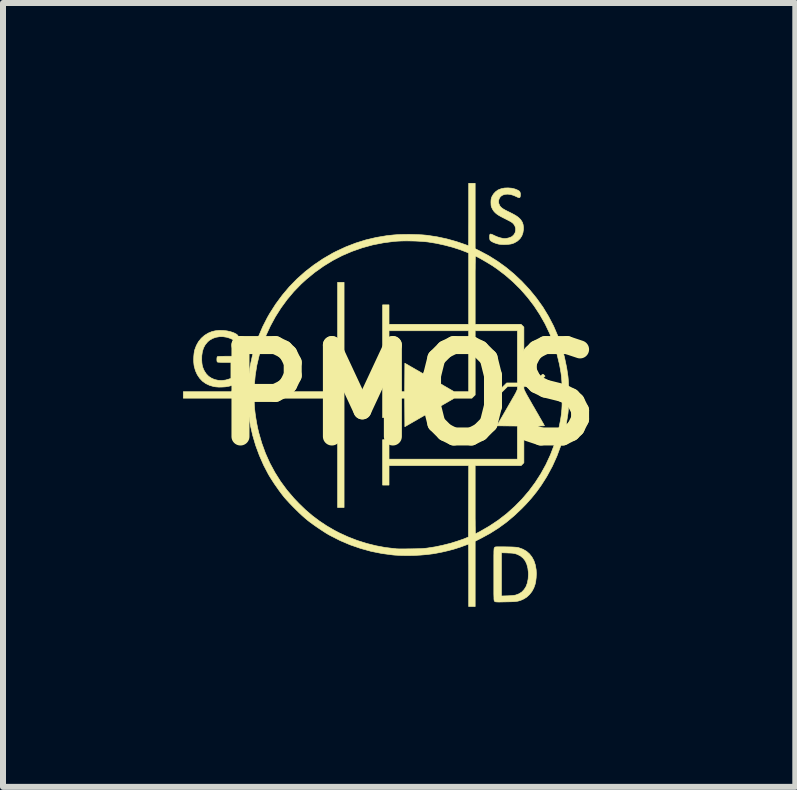
<source format=kicad_pcb>
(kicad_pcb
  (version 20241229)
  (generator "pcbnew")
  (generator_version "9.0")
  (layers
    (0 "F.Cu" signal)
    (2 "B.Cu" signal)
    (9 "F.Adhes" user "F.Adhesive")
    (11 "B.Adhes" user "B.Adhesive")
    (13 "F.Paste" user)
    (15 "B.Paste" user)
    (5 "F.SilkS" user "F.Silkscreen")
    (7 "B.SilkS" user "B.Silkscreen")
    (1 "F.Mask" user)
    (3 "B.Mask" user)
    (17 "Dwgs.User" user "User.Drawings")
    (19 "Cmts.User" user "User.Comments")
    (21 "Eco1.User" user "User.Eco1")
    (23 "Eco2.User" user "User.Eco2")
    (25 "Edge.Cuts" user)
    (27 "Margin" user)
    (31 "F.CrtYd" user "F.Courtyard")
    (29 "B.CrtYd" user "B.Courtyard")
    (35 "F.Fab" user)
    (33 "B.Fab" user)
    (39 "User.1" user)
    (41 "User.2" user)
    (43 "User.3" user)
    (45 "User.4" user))
  (footprint "PMOS"
    (layer "F.Cu")
    (at 3.752 3.536)
    (property "Reference" "PMOS" (at 0 0 0) (layer "F.SilkS") (effects (font (size 1.524 1.524) (thickness 0.3))))
    (attr through_hole)
    (fp_poly (pts (xy -3.085 -1.078) (xy -3.018 -1.071) (xy -2.954 -1.056) (xy -2.898 -1.036) (xy -2.898 -1.035) (xy -2.866 -1.019) (xy -2.845 -1.003) (xy -2.833 -0.986) (xy -2.827 -0.964) (xy -2.826 -0.943) (xy -2.827 -0.915) (xy -2.833 -0.897) (xy -2.843 -0.89) (xy -2.86 -0.893) (xy -2.885 -0.906) (xy -2.896 -0.912) (xy -2.956 -0.943) (xy -3.019 -0.964) (xy -3.082 -0.974) (xy -3.144 -0.974) (xy -3.204 -0.964) (xy -3.26 -0.944) (xy -3.311 -0.914) (xy -3.342 -0.887) (xy -3.381 -0.84) (xy -3.41 -0.786) (xy -3.429 -0.724) (xy -3.439 -0.655) (xy -3.44 -0.584) (xy -3.437 -0.539) (xy -3.432 -0.502) (xy -3.424 -0.469) (xy -3.411 -0.435) (xy -3.395 -0.401) (xy -3.363 -0.353) (xy -3.324 -0.313) (xy -3.276 -0.282) (xy -3.224 -0.26) (xy -3.166 -0.247) (xy -3.106 -0.244) (xy -3.044 -0.251) (xy -2.988 -0.267) (xy -2.953 -0.28) (xy -2.953 -0.546) (xy -3.063 -0.546) (xy -3.108 -0.546) (xy -3.142 -0.548) (xy -3.165 -0.549) (xy -3.178 -0.552) (xy -3.18 -0.554) (xy -3.185 -0.565) (xy -3.187 -0.584) (xy -3.187 -0.606) (xy -3.185 -0.625) (xy -3.181 -0.639) (xy -3.18 -0.64) (xy -3.173 -0.643) (xy -3.158 -0.645) (xy -3.134 -0.646) (xy -3.1 -0.647) (xy -3.054 -0.648) (xy -3.012 -0.648) (xy -2.852 -0.648) (xy -2.839 -0.631) (xy -2.835 -0.626) (xy -2.832 -0.62) (xy -2.83 -0.611) (xy -2.828 -0.599) (xy -2.827 -0.581) (xy -2.826 -0.557) (xy -2.826 -0.525) (xy -2.826 -0.483) (xy -2.826 -0.43) (xy -2.826 -0.423) (xy -2.826 -0.363) (xy -2.827 -0.315) (xy -2.827 -0.278) (xy -2.829 -0.25) (xy -2.831 -0.23) (xy -2.833 -0.219) (xy -2.834 -0.216) (xy -2.845 -0.204) (xy -2.867 -0.19) (xy -2.897 -0.177) (xy -2.932 -0.164) (xy -2.971 -0.152) (xy -2.999 -0.146) (xy -3.047 -0.138) (xy -3.1 -0.135) (xy -3.155 -0.134) (xy -3.206 -0.138) (xy -3.239 -0.143) (xy -3.309 -0.163) (xy -3.372 -0.193) (xy -3.428 -0.233) (xy -3.475 -0.283) (xy -3.514 -0.341) (xy -3.544 -0.407) (xy -3.565 -0.481) (xy -3.569 -0.508) (xy -3.573 -0.55) (xy -3.574 -0.598) (xy -3.572 -0.649) (xy -3.567 -0.698) (xy -3.56 -0.74) (xy -3.556 -0.755) (xy -3.529 -0.827) (xy -3.493 -0.892) (xy -3.447 -0.948) (xy -3.393 -0.996) (xy -3.331 -1.034) (xy -3.273 -1.058) (xy -3.216 -1.072) (xy -3.152 -1.079) (xy -3.085 -1.078)) (stroke (width 0.01) (type solid)) (fill yes) (layer "F.SilkS"))
    (fp_poly (pts (xy 1.542 2.528) (xy 1.584 2.528) (xy 1.631 2.529) (xy 1.687 2.53) (xy 1.732 2.531) (xy 1.767 2.533) (xy 1.795 2.535) (xy 1.816 2.537) (xy 1.833 2.54) (xy 1.845 2.543) (xy 1.913 2.568) (xy 1.973 2.602) (xy 2.023 2.646) (xy 2.064 2.698) (xy 2.097 2.759) (xy 2.12 2.828) (xy 2.134 2.907) (xy 2.135 2.912) (xy 2.138 2.975) (xy 2.135 3.042) (xy 2.127 3.108) (xy 2.117 3.153) (xy 2.095 3.215) (xy 2.064 3.272) (xy 2.024 3.323) (xy 1.978 3.366) (xy 1.927 3.398) (xy 1.923 3.399) (xy 1.897 3.412) (xy 1.873 3.421) (xy 1.849 3.429) (xy 1.824 3.435) (xy 1.795 3.439) (xy 1.76 3.442) (xy 1.718 3.444) (xy 1.667 3.445) (xy 1.625 3.446) (xy 1.574 3.447) (xy 1.534 3.448) (xy 1.504 3.448) (xy 1.482 3.447) (xy 1.467 3.446) (xy 1.457 3.445) (xy 1.45 3.442) (xy 1.445 3.439) (xy 1.442 3.436) (xy 1.439 3.433) (xy 1.437 3.43) (xy 1.435 3.425) (xy 1.434 3.418) (xy 1.432 3.407) (xy 1.431 3.392) (xy 1.431 3.372) (xy 1.43 3.348) (xy 1.556 3.348) (xy 1.659 3.345) (xy 1.701 3.343) (xy 1.74 3.34) (xy 1.771 3.336) (xy 1.793 3.332) (xy 1.796 3.331) (xy 1.851 3.31) (xy 1.898 3.279) (xy 1.936 3.238) (xy 1.967 3.189) (xy 1.988 3.131) (xy 2.001 3.064) (xy 2.006 2.989) (xy 2.005 2.956) (xy 1.996 2.883) (xy 1.979 2.819) (xy 1.954 2.764) (xy 1.919 2.719) (xy 1.875 2.682) (xy 1.823 2.655) (xy 1.803 2.648) (xy 1.784 2.642) (xy 1.763 2.638) (xy 1.737 2.634) (xy 1.705 2.632) (xy 1.663 2.631) (xy 1.659 2.63) (xy 1.556 2.627) (xy 1.556 3.348) (xy 1.43 3.348) (xy 1.43 3.346) (xy 1.429 3.313) (xy 1.429 3.273) (xy 1.429 3.223) (xy 1.429 3.163) (xy 1.429 3.093) (xy 1.429 3.012) (xy 1.429 2.988) (xy 1.429 2.903) (xy 1.429 2.83) (xy 1.429 2.768) (xy 1.429 2.715) (xy 1.429 2.672) (xy 1.43 2.637) (xy 1.43 2.609) (xy 1.431 2.588) (xy 1.432 2.572) (xy 1.433 2.56) (xy 1.435 2.552) (xy 1.437 2.547) (xy 1.439 2.543) (xy 1.441 2.54) (xy 1.442 2.539) (xy 1.446 2.536) (xy 1.451 2.532) (xy 1.459 2.53) (xy 1.47 2.529) (xy 1.487 2.528) (xy 1.51 2.528) (xy 1.542 2.528)) (stroke (width 0.01) (type solid)) (fill yes) (layer "F.SilkS"))
    (fp_poly (pts (xy 1.726 -3.449) (xy 1.781 -3.436) (xy 1.822 -3.419) (xy 1.849 -3.404) (xy 1.864 -3.387) (xy 1.871 -3.365) (xy 1.872 -3.337) (xy 1.869 -3.31) (xy 1.863 -3.295) (xy 1.851 -3.291) (xy 1.832 -3.296) (xy 1.811 -3.306) (xy 1.76 -3.329) (xy 1.709 -3.344) (xy 1.661 -3.35) (xy 1.617 -3.347) (xy 1.578 -3.335) (xy 1.546 -3.314) (xy 1.537 -3.305) (xy 1.517 -3.272) (xy 1.508 -3.237) (xy 1.51 -3.2) (xy 1.525 -3.164) (xy 1.529 -3.156) (xy 1.54 -3.141) (xy 1.553 -3.128) (xy 1.569 -3.115) (xy 1.59 -3.101) (xy 1.618 -3.085) (xy 1.655 -3.066) (xy 1.692 -3.048) (xy 1.743 -3.022) (xy 1.783 -3) (xy 1.815 -2.98) (xy 1.84 -2.961) (xy 1.861 -2.941) (xy 1.88 -2.92) (xy 1.881 -2.918) (xy 1.904 -2.882) (xy 1.917 -2.843) (xy 1.923 -2.798) (xy 1.923 -2.763) (xy 1.914 -2.705) (xy 1.895 -2.653) (xy 1.865 -2.608) (xy 1.825 -2.57) (xy 1.775 -2.54) (xy 1.743 -2.527) (xy 1.713 -2.519) (xy 1.675 -2.514) (xy 1.633 -2.511) (xy 1.589 -2.51) (xy 1.548 -2.512) (xy 1.514 -2.516) (xy 1.508 -2.517) (xy 1.469 -2.528) (xy 1.432 -2.541) (xy 1.401 -2.556) (xy 1.378 -2.571) (xy 1.365 -2.585) (xy 1.365 -2.585) (xy 1.362 -2.598) (xy 1.359 -2.619) (xy 1.359 -2.643) (xy 1.36 -2.664) (xy 1.363 -2.676) (xy 1.367 -2.683) (xy 1.375 -2.685) (xy 1.389 -2.682) (xy 1.409 -2.674) (xy 1.438 -2.66) (xy 1.444 -2.657) (xy 1.491 -2.637) (xy 1.538 -2.622) (xy 1.583 -2.612) (xy 1.613 -2.61) (xy 1.642 -2.613) (xy 1.674 -2.62) (xy 1.706 -2.631) (xy 1.731 -2.643) (xy 1.734 -2.645) (xy 1.763 -2.673) (xy 1.783 -2.706) (xy 1.792 -2.744) (xy 1.792 -2.782) (xy 1.78 -2.82) (xy 1.758 -2.854) (xy 1.747 -2.865) (xy 1.734 -2.876) (xy 1.716 -2.888) (xy 1.693 -2.901) (xy 1.662 -2.917) (xy 1.621 -2.938) (xy 1.617 -2.94) (xy 1.562 -2.968) (xy 1.518 -2.992) (xy 1.483 -3.015) (xy 1.455 -3.038) (xy 1.433 -3.061) (xy 1.415 -3.086) (xy 1.402 -3.11) (xy 1.392 -3.131) (xy 1.386 -3.149) (xy 1.383 -3.167) (xy 1.382 -3.19) (xy 1.381 -3.213) (xy 1.382 -3.244) (xy 1.384 -3.266) (xy 1.389 -3.285) (xy 1.396 -3.305) (xy 1.4 -3.313) (xy 1.424 -3.353) (xy 1.457 -3.389) (xy 1.495 -3.417) (xy 1.504 -3.422) (xy 1.553 -3.441) (xy 1.608 -3.452) (xy 1.667 -3.454) (xy 1.726 -3.449)) (stroke (width 0.01) (type solid)) (fill yes) (layer "F.SilkS"))
    (fp_poly (pts (xy 1.118 -2.441) (xy 1.192 -2.404) (xy 1.346 -2.322) (xy 1.491 -2.231) (xy 1.63 -2.131) (xy 1.763 -2.021) (xy 1.893 -1.899) (xy 1.896 -1.896) (xy 2.023 -1.76) (xy 2.14 -1.617) (xy 2.246 -1.469) (xy 2.34 -1.314) (xy 2.424 -1.153) (xy 2.496 -0.986) (xy 2.557 -0.813) (xy 2.606 -0.635) (xy 2.644 -0.452) (xy 2.665 -0.311) (xy 2.669 -0.267) (xy 2.673 -0.212) (xy 2.675 -0.15) (xy 2.677 -0.082) (xy 2.677 -0.012) (xy 2.677 0.059) (xy 2.676 0.127) (xy 2.673 0.191) (xy 2.67 0.248) (xy 2.666 0.295) (xy 2.665 0.305) (xy 2.636 0.491) (xy 2.595 0.672) (xy 2.543 0.848) (xy 2.48 1.018) (xy 2.405 1.184) (xy 2.318 1.345) (xy 2.299 1.377) (xy 2.224 1.495) (xy 2.145 1.606) (xy 2.059 1.713) (xy 1.965 1.818) (xy 1.896 1.889) (xy 1.768 2.01) (xy 1.638 2.119) (xy 1.503 2.217) (xy 1.362 2.306) (xy 1.214 2.386) (xy 1.118 2.435) (xy 1.118 2.98) (xy 1.118 3.524) (xy 1.01 3.524) (xy 1.01 3.004) (xy 1.01 2.923) (xy 1.01 2.847) (xy 1.009 2.776) (xy 1.009 2.71) (xy 1.009 2.65) (xy 1.009 2.598) (xy 1.008 2.555) (xy 1.008 2.521) (xy 1.007 2.497) (xy 1.007 2.485) (xy 1.007 2.483) (xy 1 2.485) (xy 0.984 2.491) (xy 0.963 2.499) (xy 0.957 2.501) (xy 0.87 2.533) (xy 0.773 2.564) (xy 0.67 2.592) (xy 0.566 2.616) (xy 0.464 2.636) (xy 0.411 2.645) (xy 0.315 2.657) (xy 0.21 2.666) (xy 0.101 2.672) (xy -0.009 2.674) (xy -0.116 2.672) (xy -0.216 2.667) (xy -0.251 2.664) (xy -0.434 2.64) (xy -0.615 2.604) (xy -0.792 2.555) (xy -0.966 2.495) (xy -1.135 2.423) (xy -1.3 2.339) (xy -1.324 2.326) (xy -1.366 2.301) (xy -1.414 2.27) (xy -1.467 2.235) (xy -1.522 2.198) (xy -1.576 2.16) (xy -1.626 2.124) (xy -1.669 2.091) (xy -1.676 2.085) (xy -1.718 2.05) (xy -1.766 2.008) (xy -1.818 1.959) (xy -1.871 1.907) (xy -1.924 1.854) (xy -1.976 1.8) (xy -2.022 1.75) (xy -2.063 1.704) (xy -2.085 1.676) (xy -2.117 1.635) (xy -2.153 1.586) (xy -2.19 1.533) (xy -2.228 1.479) (xy -2.263 1.425) (xy -2.295 1.375) (xy -2.321 1.332) (xy -2.326 1.324) (xy -2.408 1.167) (xy -2.479 1.005) (xy -2.54 0.84) (xy -2.59 0.671) (xy -2.629 0.502) (xy -2.656 0.332) (xy -2.67 0.163) (xy -2.671 0.145) (xy -2.675 0.051) (xy -3.211 0.051) (xy -3.747 0.051) (xy -3.747 -0.057) (xy -2.675 -0.057) (xy -2.567 -0.057) (xy -1.175 -0.057) (xy -1.175 -1.88) (xy -1.067 -1.88) (xy -1.067 1.873) (xy -1.175 1.873) (xy -1.175 0.051) (xy -2.565 0.051) (xy -2.565 0.097) (xy -2.563 0.158) (xy -2.558 0.229) (xy -2.549 0.306) (xy -2.537 0.387) (xy -2.523 0.47) (xy -2.507 0.551) (xy -2.489 0.627) (xy -2.439 0.8) (xy -2.378 0.968) (xy -2.305 1.131) (xy -2.221 1.287) (xy -2.126 1.438) (xy -2.02 1.582) (xy -1.903 1.719) (xy -1.819 1.807) (xy -1.707 1.915) (xy -1.593 2.012) (xy -1.477 2.099) (xy -1.355 2.18) (xy -1.226 2.255) (xy -1.147 2.296) (xy -1.001 2.363) (xy -0.849 2.422) (xy -0.694 2.471) (xy -0.538 2.51) (xy -0.383 2.539) (xy -0.276 2.552) (xy -0.246 2.555) (xy -0.218 2.558) (xy -0.197 2.561) (xy -0.187 2.562) (xy -0.176 2.562) (xy -0.155 2.563) (xy -0.123 2.563) (xy -0.084 2.563) (xy -0.04 2.563) (xy 0.009 2.562) (xy 0.035 2.562) (xy 0.099 2.561) (xy 0.153 2.56) (xy 0.198 2.559) (xy 0.237 2.557) (xy 0.271 2.554) (xy 0.304 2.551) (xy 0.333 2.547) (xy 0.455 2.528) (xy 0.577 2.502) (xy 0.697 2.472) (xy 0.812 2.437) (xy 0.92 2.4) (xy 0.962 2.383) (xy 1.006 2.364) (xy 1.01 1.175) (xy -0.318 1.175) (xy -0.318 1.499) (xy -0.425 1.499) (xy -0.425 0.743) (xy -0.318 0.743) (xy -0.318 1.067) (xy 1.822 1.067) (xy 1.822 0.515) (xy 1.651 0.513) (xy 1.479 0.511) (xy 1.651 0.214) (xy 1.688 0.149) (xy 1.72 0.094) (xy 1.746 0.048) (xy 1.768 0.011) (xy 1.785 -0.02) (xy 1.798 -0.044) (xy 1.807 -0.064) (xy 1.814 -0.079) (xy 1.819 -0.09) (xy 1.821 -0.099) (xy 1.822 -0.107) (xy 1.822 -0.114) (xy 1.822 -0.146) (xy 1.661 -0.146) (xy 1.586 -0.072) (xy 1.511 0.003) (xy 1.473 -0.035) (xy 1.558 -0.119) (xy 1.643 -0.203) (xy 1.822 -0.203) (xy 1.822 -1.073) (xy 1.118 -1.073) (xy 1.118 -0.003) (xy 1.09 0.024) (xy 1.063 0.051) (xy 0.769 0.051) (xy -0.054 0.526) (xy -0.057 0.051) (xy -0.318 0.051) (xy -0.318 0.375) (xy -0.425 0.375) (xy -0.425 -0.381) (xy -0.318 -0.381) (xy -0.318 -0.057) (xy -0.057 -0.057) (xy -0.054 -0.532) (xy 0.357 -0.295) (xy 0.768 -0.057) (xy 1.01 -0.057) (xy 1.01 -1.073) (xy -0.318 -1.073) (xy -0.318 -0.749) (xy -0.425 -0.749) (xy -0.425 -1.505) (xy -0.318 -1.505) (xy -0.318 -1.181) (xy 1.01 -1.181) (xy 1.01 -1.749) (xy 1.118 -1.749) (xy 1.118 -1.181) (xy 1.5 -1.181) (xy 1.882 -1.181) (xy 1.906 -1.158) (xy 1.93 -1.134) (xy 1.93 -0.203) (xy 2.093 -0.203) (xy 2.165 -0.276) (xy 2.19 -0.301) (xy 2.212 -0.322) (xy 2.23 -0.338) (xy 2.242 -0.347) (xy 2.245 -0.349) (xy 2.254 -0.345) (xy 2.266 -0.335) (xy 2.267 -0.333) (xy 2.283 -0.317) (xy 2.196 -0.231) (xy 2.11 -0.146) (xy 1.93 -0.146) (xy 1.93 -0.117) (xy 1.931 -0.109) (xy 1.932 -0.101) (xy 1.935 -0.091) (xy 1.941 -0.078) (xy 1.949 -0.062) (xy 1.96 -0.04) (xy 1.974 -0.013) (xy 1.993 0.02) (xy 2.017 0.062) (xy 2.045 0.111) (xy 2.079 0.171) (xy 2.102 0.21) (xy 2.134 0.266) (xy 2.165 0.319) (xy 2.192 0.367) (xy 2.217 0.41) (xy 2.238 0.447) (xy 2.255 0.476) (xy 2.266 0.497) (xy 2.272 0.509) (xy 2.273 0.51) (xy 2.267 0.511) (xy 2.25 0.512) (xy 2.224 0.513) (xy 2.189 0.514) (xy 2.149 0.514) (xy 2.104 0.514) (xy 2.102 0.514) (xy 1.93 0.514) (xy 1.93 1.127) (xy 1.907 1.151) (xy 1.883 1.175) (xy 1.118 1.175) (xy 1.118 1.743) (xy 1.118 1.827) (xy 1.118 1.907) (xy 1.118 1.982) (xy 1.118 2.052) (xy 1.119 2.116) (xy 1.119 2.172) (xy 1.12 2.22) (xy 1.12 2.259) (xy 1.121 2.287) (xy 1.121 2.305) (xy 1.122 2.311) (xy 1.129 2.309) (xy 1.145 2.301) (xy 1.167 2.289) (xy 1.194 2.276) (xy 1.197 2.274) (xy 1.353 2.184) (xy 1.502 2.085) (xy 1.643 1.976) (xy 1.775 1.858) (xy 1.899 1.732) (xy 2.013 1.599) (xy 2.118 1.458) (xy 2.213 1.31) (xy 2.298 1.156) (xy 2.372 0.996) (xy 2.435 0.832) (xy 2.486 0.662) (xy 2.52 0.518) (xy 2.533 0.452) (xy 2.544 0.394) (xy 2.552 0.339) (xy 2.558 0.286) (xy 2.563 0.232) (xy 2.566 0.174) (xy 2.567 0.11) (xy 2.568 0.036) (xy 2.568 -0.003) (xy 2.568 -0.082) (xy 2.567 -0.15) (xy 2.564 -0.211) (xy 2.56 -0.267) (xy 2.555 -0.321) (xy 2.548 -0.374) (xy 2.538 -0.43) (xy 2.527 -0.492) (xy 2.521 -0.521) (xy 2.479 -0.694) (xy 2.425 -0.863) (xy 2.36 -1.027) (xy 2.284 -1.187) (xy 2.197 -1.34) (xy 2.1 -1.488) (xy 1.993 -1.628) (xy 1.876 -1.762) (xy 1.75 -1.887) (xy 1.615 -2.004) (xy 1.472 -2.112) (xy 1.441 -2.133) (xy 1.412 -2.153) (xy 1.377 -2.175) (xy 1.339 -2.198) (xy 1.3 -2.221) (xy 1.261 -2.244) (xy 1.223 -2.266) (xy 1.189 -2.285) (xy 1.16 -2.3) (xy 1.138 -2.312) (xy 1.125 -2.317) (xy 1.122 -2.318) (xy 1.121 -2.312) (xy 1.121 -2.294) (xy 1.12 -2.265) (xy 1.12 -2.226) (xy 1.119 -2.178) (xy 1.119 -2.122) (xy 1.118 -2.058) (xy 1.118 -1.988) (xy 1.118 -1.913) (xy 1.118 -1.833) (xy 1.118 -1.749) (xy 1.01 -1.749) (xy 1.01 -2.368) (xy 0.986 -2.379) (xy 0.869 -2.424) (xy 0.742 -2.465) (xy 0.609 -2.5) (xy 0.473 -2.53) (xy 0.337 -2.552) (xy 0.33 -2.553) (xy 0.272 -2.559) (xy 0.204 -2.564) (xy 0.13 -2.568) (xy 0.053 -2.57) (xy -0.025 -2.571) (xy -0.1 -2.57) (xy -0.168 -2.567) (xy -0.228 -2.563) (xy -0.229 -2.563) (xy -0.411 -2.539) (xy -0.59 -2.504) (xy -0.764 -2.456) (xy -0.933 -2.397) (xy -1.097 -2.327) (xy -1.255 -2.245) (xy -1.408 -2.151) (xy -1.555 -2.047) (xy -1.696 -1.931) (xy -1.784 -1.851) (xy -1.905 -1.726) (xy -2.017 -1.593) (xy -2.12 -1.452) (xy -2.213 -1.305) (xy -2.296 -1.152) (xy -2.369 -0.994) (xy -2.431 -0.832) (xy -2.481 -0.666) (xy -2.521 -0.498) (xy -2.548 -0.328) (xy -2.563 -0.157) (xy -2.563 -0.144) (xy -2.567 -0.057) (xy -2.675 -0.057) (xy -2.671 -0.152) (xy -2.658 -0.317) (xy -2.633 -0.485) (xy -2.596 -0.653) (xy -2.549 -0.819) (xy -2.491 -0.982) (xy -2.423 -1.141) (xy -2.345 -1.294) (xy -2.307 -1.36) (xy -2.207 -1.517) (xy -2.097 -1.666) (xy -1.979 -1.806) (xy -1.851 -1.937) (xy -1.714 -2.059) (xy -1.569 -2.171) (xy -1.416 -2.274) (xy -1.256 -2.367) (xy -1.203 -2.394) (xy -1.04 -2.47) (xy -0.875 -2.534) (xy -0.706 -2.587) (xy -0.532 -2.628) (xy -0.354 -2.658) (xy -0.241 -2.67) (xy -0.187 -2.674) (xy -0.124 -2.677) (xy -0.055 -2.678) (xy 0.018 -2.679) (xy 0.092 -2.677) (xy 0.163 -2.675) (xy 0.23 -2.672) (xy 0.288 -2.667) (xy 0.318 -2.664) (xy 0.483 -2.639) (xy 0.646 -2.604) (xy 0.803 -2.56) (xy 0.939 -2.514) (xy 0.966 -2.504) (xy 0.988 -2.496) (xy 1.002 -2.491) (xy 1.007 -2.489) (xy 1.008 -2.495) (xy 1.008 -2.513) (xy 1.008 -2.542) (xy 1.009 -2.581) (xy 1.009 -2.628) (xy 1.009 -2.684) (xy 1.009 -2.747) (xy 1.009 -2.815) (xy 1.01 -2.889) (xy 1.01 -2.968) (xy 1.01 -3.01) (xy 1.01 -3.531) (xy 1.118 -3.531) (xy 1.118 -2.441)) (stroke (width 0.01) (type solid)) (fill yes) (layer "F.SilkS")))
  (gr_rect
    (start -3 -3)
    (end 10.206 10.065)
    (stroke (width 0.1) (type default))
    (fill no)
    (layer "Edge.Cuts")))
</source>
